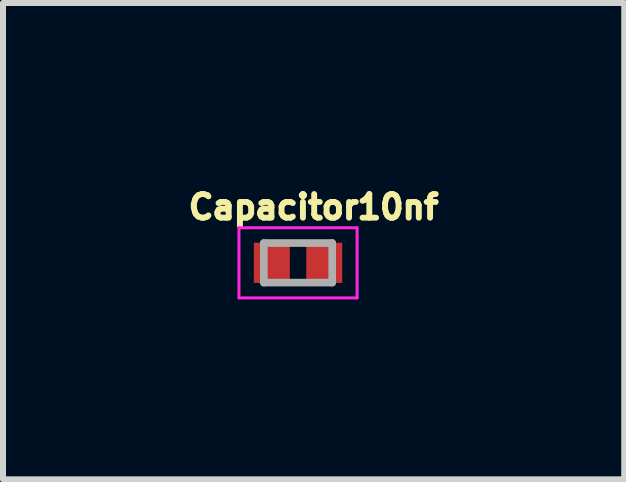
<source format=kicad_pcb>
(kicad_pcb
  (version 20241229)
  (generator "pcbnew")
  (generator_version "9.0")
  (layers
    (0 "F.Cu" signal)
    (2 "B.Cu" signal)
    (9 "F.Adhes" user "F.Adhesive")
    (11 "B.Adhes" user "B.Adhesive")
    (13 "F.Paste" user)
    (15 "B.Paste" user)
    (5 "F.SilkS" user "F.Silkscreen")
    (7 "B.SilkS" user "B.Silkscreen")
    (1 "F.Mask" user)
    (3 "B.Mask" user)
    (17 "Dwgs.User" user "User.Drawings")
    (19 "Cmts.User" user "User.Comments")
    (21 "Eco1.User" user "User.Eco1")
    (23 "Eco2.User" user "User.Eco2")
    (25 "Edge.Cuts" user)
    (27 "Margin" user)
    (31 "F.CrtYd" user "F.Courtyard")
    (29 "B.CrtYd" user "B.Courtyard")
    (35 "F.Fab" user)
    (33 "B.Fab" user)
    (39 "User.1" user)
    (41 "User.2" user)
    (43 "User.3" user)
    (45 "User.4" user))
  (footprint "Capacitor10nf"
    (layer "F.Cu")
    (at 1.92 1.333)
    (property "Reference" "Capacitor10nf" (at 0.26 -0.93 0) (layer "F.SilkS") (effects (font (size 0.394 0.394) (thickness 0.15))))
    (attr smd)
    (fp_line (start -0.985 -0.585) (end 0.985 -0.585) (stroke (width 0.05) (type solid)) (layer "F.CrtYd"))
    (fp_line (start -0.985 0.585) (end -0.985 -0.585) (stroke (width 0.05) (type solid)) (layer "F.CrtYd"))
    (fp_line (start -0.985 0.585) (end 0.985 0.585) (stroke (width 0.05) (type solid)) (layer "F.CrtYd"))
    (fp_line (start 0.985 0.585) (end 0.985 -0.585) (stroke (width 0.05) (type solid)) (layer "F.CrtYd"))
    (fp_line (start -0.57 0.33) (end -0.57 -0.33) (stroke (width 0.127) (type solid)) (layer "F.Fab"))
    (fp_line (start 0.57 -0.33) (end -0.57 -0.33) (stroke (width 0.127) (type solid)) (layer "F.Fab"))
    (fp_line (start 0.57 0.33) (end -0.57 0.33) (stroke (width 0.127) (type solid)) (layer "F.Fab"))
    (fp_line (start 0.57 0.33) (end 0.57 -0.33) (stroke (width 0.127) (type solid)) (layer "F.Fab"))
    (pad "1" smd rect (at -0.437 0) (size 0.6 0.67) (layers "F.Cu" "F.Mask" "F.Paste"))
    (pad "2" smd rect (at 0.437 0) (size 0.6 0.67) (layers "F.Cu" "F.Mask" "F.Paste")))
  (gr_rect
    (start -3 -3)
    (end 7.36 4.943)
    (stroke (width 0.1) (type default))
    (fill no)
    (layer "Edge.Cuts")))
</source>
